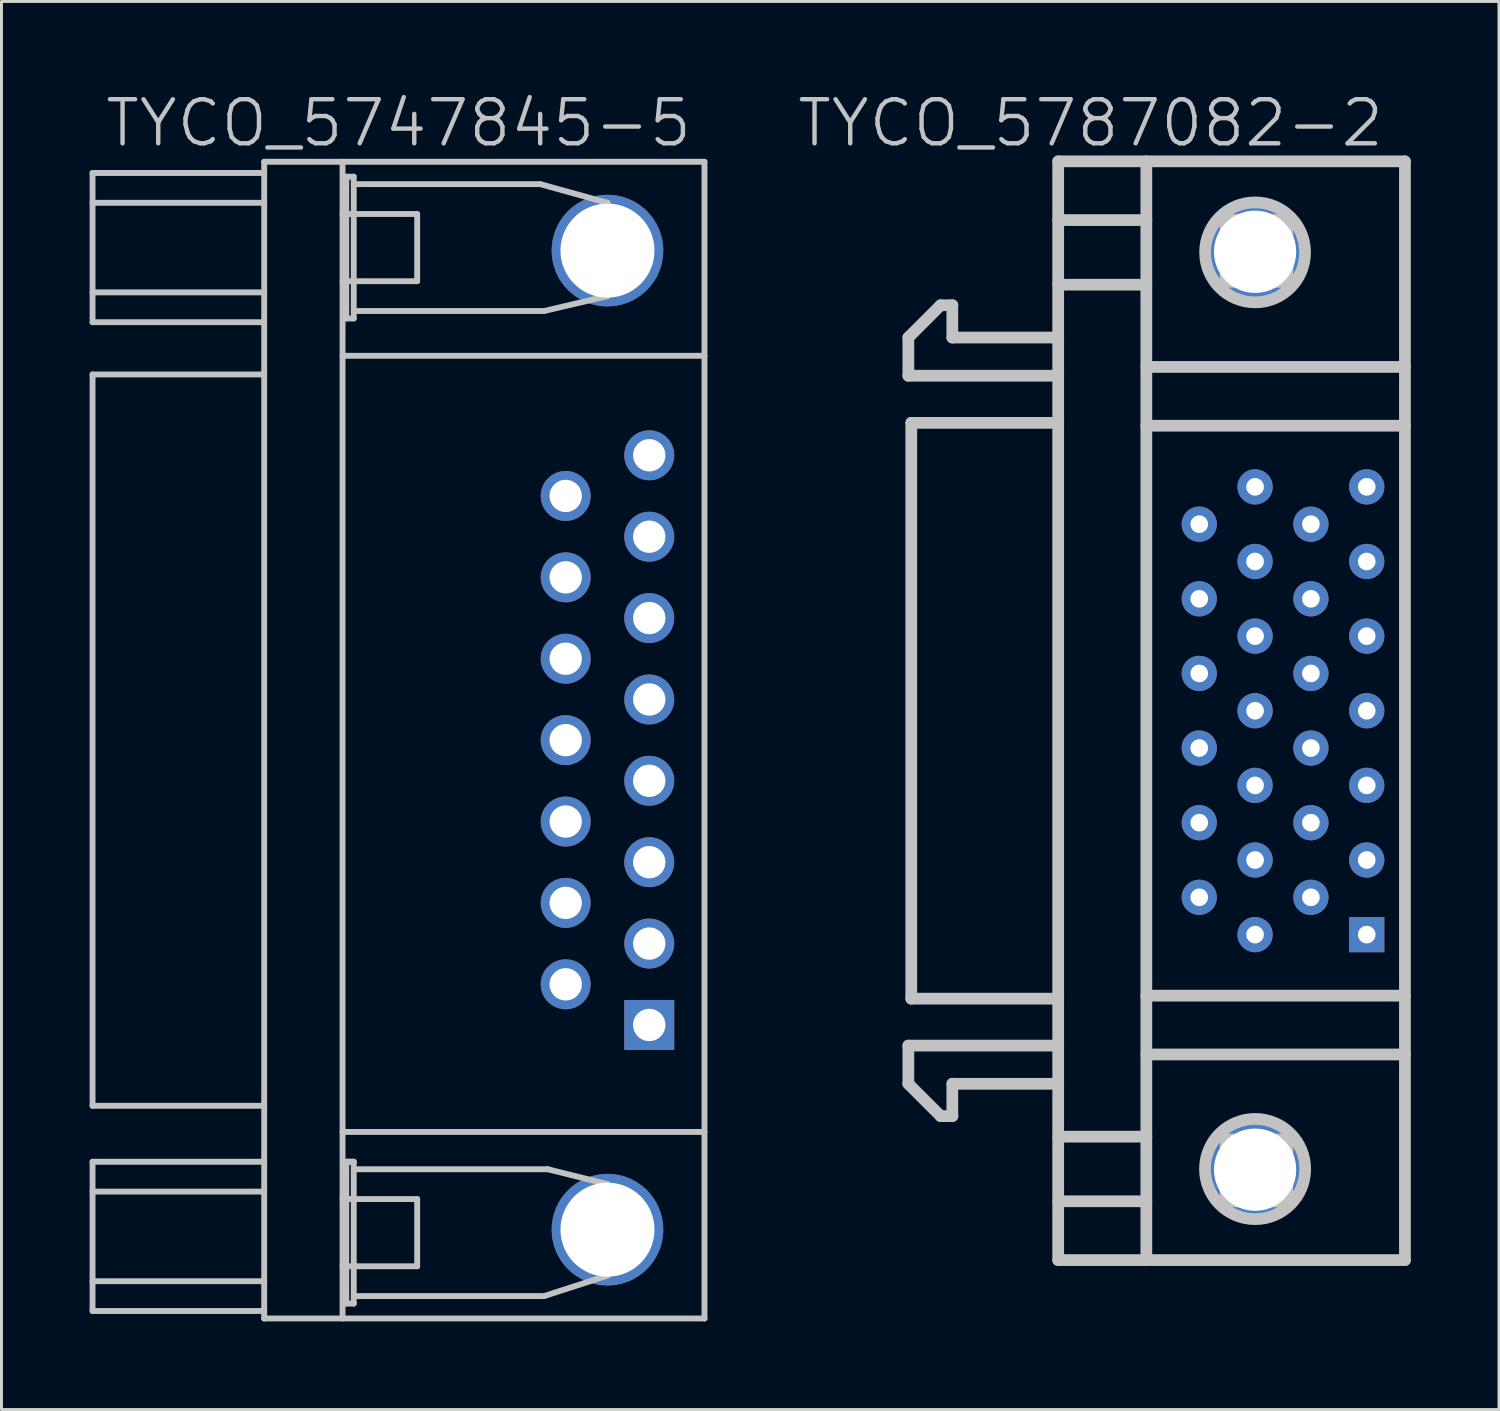
<source format=kicad_pcb>
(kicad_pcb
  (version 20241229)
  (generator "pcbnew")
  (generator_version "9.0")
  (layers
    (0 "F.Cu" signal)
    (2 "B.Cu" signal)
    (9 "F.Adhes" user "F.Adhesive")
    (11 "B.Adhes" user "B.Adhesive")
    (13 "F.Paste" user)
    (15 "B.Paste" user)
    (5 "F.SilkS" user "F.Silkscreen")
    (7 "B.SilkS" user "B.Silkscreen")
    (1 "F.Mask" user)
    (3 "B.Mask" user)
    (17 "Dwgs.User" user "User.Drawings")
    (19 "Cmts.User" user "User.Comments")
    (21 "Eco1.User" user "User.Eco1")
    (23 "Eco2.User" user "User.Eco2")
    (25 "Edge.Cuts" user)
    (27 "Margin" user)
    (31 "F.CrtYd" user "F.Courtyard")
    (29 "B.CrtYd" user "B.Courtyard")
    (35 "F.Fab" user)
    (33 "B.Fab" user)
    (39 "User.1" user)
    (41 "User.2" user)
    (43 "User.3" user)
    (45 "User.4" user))
  (footprint "TYCO_5747845-5"
    (layer "F.Cu")
    (at 10.514 22.141)
    (property "Reference" "TYCO_5747845-5" (at 0 -21 180) (layer "Dwgs.User") (effects (font (size 1.5 1.5) (thickness 0.15))))
    (attr through_hole)
    (fp_line (start -10.414 -19.304) (end -10.414 -14.224) (stroke (width 0.2) (type solid)) (layer "Dwgs.User"))
    (fp_line (start -10.414 -14.224) (end -4.699 -14.224) (stroke (width 0.2) (type solid)) (layer "Dwgs.User"))
    (fp_line (start -10.414 12.446) (end -10.414 -12.446) (stroke (width 0.2) (type solid)) (layer "Dwgs.User"))
    (fp_line (start -10.414 12.446) (end -4.572 12.446) (stroke (width 0.2) (type solid)) (layer "Dwgs.User"))
    (fp_line (start -10.414 14.351) (end -10.414 19.431) (stroke (width 0.2) (type solid)) (layer "Dwgs.User"))
    (fp_line (start -4.572 -19.685) (end -4.572 19.685) (stroke (width 0.2) (type solid)) (layer "Dwgs.User"))
    (fp_line (start -4.572 -19.304) (end -10.414 -19.304) (stroke (width 0.2) (type solid)) (layer "Dwgs.User"))
    (fp_line (start -4.572 -18.288) (end -10.414 -18.288) (stroke (width 0.2) (type solid)) (layer "Dwgs.User"))
    (fp_line (start -4.572 -15.24) (end -10.414 -15.24) (stroke (width 0.2) (type solid)) (layer "Dwgs.User"))
    (fp_line (start -4.572 -12.446) (end -10.414 -12.446) (stroke (width 0.2) (type solid)) (layer "Dwgs.User"))
    (fp_line (start -4.572 14.351) (end -10.414 14.351) (stroke (width 0.2) (type solid)) (layer "Dwgs.User"))
    (fp_line (start -4.572 15.367) (end -10.414 15.367) (stroke (width 0.2) (type solid)) (layer "Dwgs.User"))
    (fp_line (start -4.572 18.415) (end -10.414 18.415) (stroke (width 0.2) (type solid)) (layer "Dwgs.User"))
    (fp_line (start -4.572 19.431) (end -10.414 19.431) (stroke (width 0.2) (type solid)) (layer "Dwgs.User"))
    (fp_line (start -4.572 19.685) (end 10.414 19.685) (stroke (width 0.2) (type solid)) (layer "Dwgs.User"))
    (fp_line (start -1.905 -17.907) (end 0.635 -17.907) (stroke (width 0.2) (type solid)) (layer "Dwgs.User"))
    (fp_line (start -1.905 -13.081) (end 10.414 -13.081) (stroke (width 0.2) (type solid)) (layer "Dwgs.User"))
    (fp_line (start -1.905 13.335) (end 10.414 13.335) (stroke (width 0.2) (type solid)) (layer "Dwgs.User"))
    (fp_line (start -1.905 15.621) (end 0.635 15.621) (stroke (width 0.2) (type solid)) (layer "Dwgs.User"))
    (fp_line (start -1.905 19.685) (end -1.905 -19.685) (stroke (width 0.2) (type solid)) (layer "Dwgs.User"))
    (fp_line (start -1.778 -19.177) (end -1.778 -14.351) (stroke (width 0.2) (type solid)) (layer "Dwgs.User"))
    (fp_line (start -1.778 -14.351) (end -1.524 -14.351) (stroke (width 0.2) (type solid)) (layer "Dwgs.User"))
    (fp_line (start -1.778 14.351) (end -1.778 19.177) (stroke (width 0.2) (type solid)) (layer "Dwgs.User"))
    (fp_line (start -1.778 19.177) (end -1.524 19.177) (stroke (width 0.2) (type solid)) (layer "Dwgs.User"))
    (fp_line (start -1.524 -19.177) (end -1.778 -19.177) (stroke (width 0.2) (type solid)) (layer "Dwgs.User"))
    (fp_line (start -1.524 -18.923) (end 4.826 -18.923) (stroke (width 0.2) (type solid)) (layer "Dwgs.User"))
    (fp_line (start -1.524 -14.351) (end -1.524 -19.177) (stroke (width 0.2) (type solid)) (layer "Dwgs.User"))
    (fp_line (start -1.524 14.351) (end -1.778 14.351) (stroke (width 0.2) (type solid)) (layer "Dwgs.User"))
    (fp_line (start -1.524 14.351) (end -1.778 14.351) (stroke (width 0.2) (type solid)) (layer "Dwgs.User"))
    (fp_line (start -1.524 14.605) (end 5.08 14.605) (stroke (width 0.2) (type solid)) (layer "Dwgs.User"))
    (fp_line (start -1.524 19.177) (end -1.524 14.351) (stroke (width 0.2) (type solid)) (layer "Dwgs.User"))
    (fp_line (start 0.635 -17.907) (end 0.635 -15.621) (stroke (width 0.2) (type solid)) (layer "Dwgs.User"))
    (fp_line (start 0.635 -15.621) (end -1.905 -15.621) (stroke (width 0.2) (type solid)) (layer "Dwgs.User"))
    (fp_line (start 0.635 15.621) (end 0.635 17.907) (stroke (width 0.2) (type solid)) (layer "Dwgs.User"))
    (fp_line (start 0.635 17.907) (end -1.905 17.907) (stroke (width 0.2) (type solid)) (layer "Dwgs.User"))
    (fp_line (start 4.826 -18.923) (end 7.112 -18.288) (stroke (width 0.2) (type solid)) (layer "Dwgs.User"))
    (fp_line (start 4.953 -14.605) (end -1.524 -14.605) (stroke (width 0.2) (type solid)) (layer "Dwgs.User"))
    (fp_line (start 4.953 18.923) (end -1.524 18.923) (stroke (width 0.2) (type solid)) (layer "Dwgs.User"))
    (fp_line (start 4.953 18.923) (end 7.112 18.224) (stroke (width 0.2) (type solid)) (layer "Dwgs.User"))
    (fp_line (start 7.112 -18.288) (end 7.112 -15.113) (stroke (width 0.2) (type solid)) (layer "Dwgs.User"))
    (fp_line (start 7.112 -15.113) (end 4.953 -14.605) (stroke (width 0.2) (type solid)) (layer "Dwgs.User"))
    (fp_line (start 7.112 15.113) (end 5.08 14.605) (stroke (width 0.2) (type solid)) (layer "Dwgs.User"))
    (fp_line (start 7.112 18.224) (end 7.112 15.113) (stroke (width 0.2) (type solid)) (layer "Dwgs.User"))
    (fp_line (start 10.414 -19.685) (end -4.572 -19.685) (stroke (width 0.2) (type solid)) (layer "Dwgs.User"))
    (fp_line (start 10.414 19.685) (end 10.414 -19.685) (stroke (width 0.2) (type solid)) (layer "Dwgs.User"))
    (pad "" thru_hole circle (at 7.112 -16.662 270) (size 3.8 3.8) (drill 3.2) (layers "*.Cu" "*.Mask"))
    (pad "" thru_hole circle (at 7.112 16.662 270) (size 3.8 3.8) (drill 3.2) (layers "*.Cu" "*.Mask"))
    (pad "1" thru_hole rect (at 8.534 9.695) (size 1.7 1.7) (drill 1.1) (layers "*.Cu" "*.Mask"))
    (pad "2" thru_hole circle (at 8.534 6.924 270) (size 1.7 1.7) (drill 1.1) (layers "*.Cu" "*.Mask"))
    (pad "3" thru_hole circle (at 8.534 4.155 270) (size 1.7 1.7) (drill 1.1) (layers "*.Cu" "*.Mask"))
    (pad "4" thru_hole circle (at 8.534 1.384 270) (size 1.7 1.7) (drill 1.1) (layers "*.Cu" "*.Mask"))
    (pad "5" thru_hole circle (at 8.534 -1.384 270) (size 1.7 1.7) (drill 1.1) (layers "*.Cu" "*.Mask"))
    (pad "6" thru_hole circle (at 8.534 -4.155 270) (size 1.7 1.7) (drill 1.1) (layers "*.Cu" "*.Mask"))
    (pad "7" thru_hole circle (at 8.534 -6.924 270) (size 1.7 1.7) (drill 1.1) (layers "*.Cu" "*.Mask"))
    (pad "8" thru_hole circle (at 8.534 -9.695 270) (size 1.7 1.7) (drill 1.1) (layers "*.Cu" "*.Mask"))
    (pad "9" thru_hole circle (at 5.69 8.311 270) (size 1.7 1.7) (drill 1.1) (layers "*.Cu" "*.Mask"))
    (pad "10" thru_hole circle (at 5.69 5.54 270) (size 1.7 1.7) (drill 1.1) (layers "*.Cu" "*.Mask"))
    (pad "11" thru_hole circle (at 5.69 2.771 270) (size 1.7 1.7) (drill 1.1) (layers "*.Cu" "*.Mask"))
    (pad "12" thru_hole circle (at 5.69 0 270) (size 1.7 1.7) (drill 1.1) (layers "*.Cu" "*.Mask"))
    (pad "13" thru_hole circle (at 5.69 -2.771 270) (size 1.7 1.7) (drill 1.1) (layers "*.Cu" "*.Mask"))
    (pad "14" thru_hole circle (at 5.69 -5.54 270) (size 1.7 1.7) (drill 1.1) (layers "*.Cu" "*.Mask"))
    (pad "15" thru_hole circle (at 5.69 -8.311 270) (size 1.7 1.7) (drill 1.1) (layers "*.Cu" "*.Mask")))
  (footprint "TYCO_5787082-2"
    (layer "F.Cu")
    (at 34.067 21.141)
    (property "Reference" "TYCO_5787082-2" (at 0 -20 180) (layer "Dwgs.User") (effects (font (size 1.5 1.5) (thickness 0.15))))
    (attr through_hole)
    (fp_line (start -6.203 -12.7) (end -5.103 -13.8) (stroke (width 0.399) (type solid)) (layer "Dwgs.User"))
    (fp_line (start -6.203 12.695) (end -5.103 13.795) (stroke (width 0.399) (type solid)) (layer "Dwgs.User"))
    (fp_line (start -6.2 -12.703) (end -6.2 -11.402) (stroke (width 0.399) (type solid)) (layer "Dwgs.User"))
    (fp_line (start -6.2 -11.402) (end -1.1 -11.402) (stroke (width 0.399) (type solid)) (layer "Dwgs.User"))
    (fp_line (start -6.2 11.397) (end -1.1 11.397) (stroke (width 0.399) (type solid)) (layer "Dwgs.User"))
    (fp_line (start -6.2 12.697) (end -6.2 11.397) (stroke (width 0.399) (type solid)) (layer "Dwgs.User"))
    (fp_line (start -6.101 -9.799) (end -6.101 9.799) (stroke (width 0.399) (type solid)) (layer "Dwgs.User"))
    (fp_line (start -6.101 -9.799) (end -1.1 -9.799) (stroke (width 0.399) (type solid)) (layer "Dwgs.User"))
    (fp_line (start -6.101 9.799) (end -1.1 9.799) (stroke (width 0.399) (type solid)) (layer "Dwgs.User"))
    (fp_line (start -4.704 -13.8) (end -4.704 -12.7) (stroke (width 0.399) (type solid)) (layer "Dwgs.User"))
    (fp_line (start -4.704 13.795) (end -4.704 12.695) (stroke (width 0.399) (type solid)) (layer "Dwgs.User"))
    (fp_line (start -4.699 -13.802) (end -5.1 -13.802) (stroke (width 0.399) (type solid)) (layer "Dwgs.User"))
    (fp_line (start -4.699 -12.703) (end -1.1 -12.703) (stroke (width 0.399) (type solid)) (layer "Dwgs.User"))
    (fp_line (start -4.699 12.697) (end -1.1 12.697) (stroke (width 0.399) (type solid)) (layer "Dwgs.User"))
    (fp_line (start -4.699 13.797) (end -5.1 13.797) (stroke (width 0.399) (type solid)) (layer "Dwgs.User"))
    (fp_line (start -1.1 -18.699) (end -1.1 18.699) (stroke (width 0.399) (type solid)) (layer "Dwgs.User"))
    (fp_line (start -1.1 -14.501) (end 1.9 -14.501) (stroke (width 0.399) (type solid)) (layer "Dwgs.User"))
    (fp_line (start -1.1 18.697) (end 10.701 18.697) (stroke (width 0.399) (type solid)) (layer "Dwgs.User"))
    (fp_line (start 1.9 -16.701) (end -1.1 -16.701) (stroke (width 0.399) (type solid)) (layer "Dwgs.User"))
    (fp_line (start 1.9 -11.702) (end 10.701 -11.702) (stroke (width 0.399) (type solid)) (layer "Dwgs.User"))
    (fp_line (start 1.9 11.699) (end 10.701 11.699) (stroke (width 0.399) (type solid)) (layer "Dwgs.User"))
    (fp_line (start 1.9 14.496) (end -1.1 14.496) (stroke (width 0.399) (type solid)) (layer "Dwgs.User"))
    (fp_line (start 1.9 16.695) (end -1.1 16.695) (stroke (width 0.399) (type solid)) (layer "Dwgs.User"))
    (fp_line (start 1.9 18.699) (end 1.9 -18.699) (stroke (width 0.399) (type solid)) (layer "Dwgs.User"))
    (fp_line (start 4.6 -16.701) (end 6.701 -16.701) (stroke (width 0.399) (type solid)) (layer "Dwgs.User"))
    (fp_line (start 4.6 -14.6) (end 4.6 -16.701) (stroke (width 0.399) (type solid)) (layer "Dwgs.User"))
    (fp_line (start 4.6 14.597) (end 4.6 16.698) (stroke (width 0.399) (type solid)) (layer "Dwgs.User"))
    (fp_line (start 4.6 16.698) (end 6.701 16.698) (stroke (width 0.399) (type solid)) (layer "Dwgs.User"))
    (fp_line (start 6.701 -16.701) (end 6.701 -14.6) (stroke (width 0.399) (type solid)) (layer "Dwgs.User"))
    (fp_line (start 6.701 -14.6) (end 4.6 -14.6) (stroke (width 0.399) (type solid)) (layer "Dwgs.User"))
    (fp_line (start 6.701 14.597) (end 4.6 14.597) (stroke (width 0.399) (type solid)) (layer "Dwgs.User"))
    (fp_line (start 6.701 16.698) (end 6.701 14.597) (stroke (width 0.399) (type solid)) (layer "Dwgs.User"))
    (fp_line (start 10.701 -18.699) (end -1.1 -18.699) (stroke (width 0.399) (type solid)) (layer "Dwgs.User"))
    (fp_line (start 10.701 -18.699) (end 10.701 18.699) (stroke (width 0.399) (type solid)) (layer "Dwgs.User"))
    (fp_line (start 10.701 -9.7) (end 1.9 -9.7) (stroke (width 0.399) (type solid)) (layer "Dwgs.User"))
    (fp_line (start 10.701 9.698) (end 1.9 9.698) (stroke (width 0.399) (type solid)) (layer "Dwgs.User"))
    (fp_circle (center 5.601 -15.601) (end 6.401 -17.102) (stroke (width 0.399) (type solid)) (fill no) (layer "Dwgs.User"))
    (fp_circle (center 5.601 15.598) (end 5.499 17.3) (stroke (width 0.399) (type solid)) (fill no) (layer "Dwgs.User"))
    (pad "" thru_hole circle (at 5.601 -15.621 270) (size 3.4 3.4) (drill 2.8) (layers "*.Cu" "*.Mask"))
    (pad "" thru_hole circle (at 5.601 15.621 270) (size 3.4 3.4) (drill 2.8) (layers "*.Cu" "*.Mask"))
    (pad "1" thru_hole rect (at 9.401 7.62) (size 1.2 1.2) (drill 0.6) (layers "*.Cu" "*.Mask"))
    (pad "2" thru_hole circle (at 7.501 6.35) (size 1.2 1.2) (drill 0.6) (layers "*.Cu" "*.Mask"))
    (pad "3" thru_hole circle (at 9.401 5.08) (size 1.2 1.2) (drill 0.6) (layers "*.Cu" "*.Mask"))
    (pad "4" thru_hole circle (at 7.501 3.81) (size 1.2 1.2) (drill 0.6) (layers "*.Cu" "*.Mask"))
    (pad "5" thru_hole circle (at 9.401 2.54) (size 1.2 1.2) (drill 0.6) (layers "*.Cu" "*.Mask"))
    (pad "6" thru_hole circle (at 7.501 1.27) (size 1.2 1.2) (drill 0.6) (layers "*.Cu" "*.Mask"))
    (pad "7" thru_hole circle (at 9.401 0) (size 1.2 1.2) (drill 0.6) (layers "*.Cu" "*.Mask"))
    (pad "8" thru_hole circle (at 7.501 -1.27) (size 1.2 1.2) (drill 0.6) (layers "*.Cu" "*.Mask"))
    (pad "9" thru_hole circle (at 9.401 -2.54) (size 1.2 1.2) (drill 0.6) (layers "*.Cu" "*.Mask"))
    (pad "10" thru_hole circle (at 7.501 -3.81) (size 1.2 1.2) (drill 0.6) (layers "*.Cu" "*.Mask"))
    (pad "11" thru_hole circle (at 9.401 -5.08) (size 1.2 1.2) (drill 0.6) (layers "*.Cu" "*.Mask"))
    (pad "12" thru_hole circle (at 7.501 -6.35) (size 1.2 1.2) (drill 0.6) (layers "*.Cu" "*.Mask"))
    (pad "13" thru_hole circle (at 9.401 -7.62) (size 1.2 1.2) (drill 0.6) (layers "*.Cu" "*.Mask"))
    (pad "14" thru_hole circle (at 5.601 7.62) (size 1.2 1.2) (drill 0.6) (layers "*.Cu" "*.Mask"))
    (pad "15" thru_hole circle (at 3.701 6.35) (size 1.2 1.2) (drill 0.6) (layers "*.Cu" "*.Mask"))
    (pad "16" thru_hole circle (at 5.601 5.08) (size 1.2 1.2) (drill 0.6) (layers "*.Cu" "*.Mask"))
    (pad "17" thru_hole circle (at 3.701 3.81) (size 1.2 1.2) (drill 0.6) (layers "*.Cu" "*.Mask"))
    (pad "18" thru_hole circle (at 5.601 2.54) (size 1.2 1.2) (drill 0.6) (layers "*.Cu" "*.Mask"))
    (pad "19" thru_hole circle (at 3.701 1.27) (size 1.2 1.2) (drill 0.6) (layers "*.Cu" "*.Mask"))
    (pad "20" thru_hole circle (at 5.601 0) (size 1.2 1.2) (drill 0.6) (layers "*.Cu" "*.Mask"))
    (pad "21" thru_hole circle (at 3.701 -1.27) (size 1.2 1.2) (drill 0.6) (layers "*.Cu" "*.Mask"))
    (pad "22" thru_hole circle (at 5.601 -2.54) (size 1.2 1.2) (drill 0.6) (layers "*.Cu" "*.Mask"))
    (pad "23" thru_hole circle (at 3.701 -3.81) (size 1.2 1.2) (drill 0.6) (layers "*.Cu" "*.Mask"))
    (pad "24" thru_hole circle (at 5.601 -5.08) (size 1.2 1.2) (drill 0.6) (layers "*.Cu" "*.Mask"))
    (pad "25" thru_hole circle (at 3.701 -6.35) (size 1.2 1.2) (drill 0.6) (layers "*.Cu" "*.Mask"))
    (pad "26" thru_hole circle (at 5.601 -7.62) (size 1.2 1.2) (drill 0.6) (layers "*.Cu" "*.Mask")))
  (gr_rect
    (start -3 -3)
    (end 47.968 44.926)
    (stroke (width 0.1) (type default))
    (fill no)
    (layer "Edge.Cuts")))
</source>
